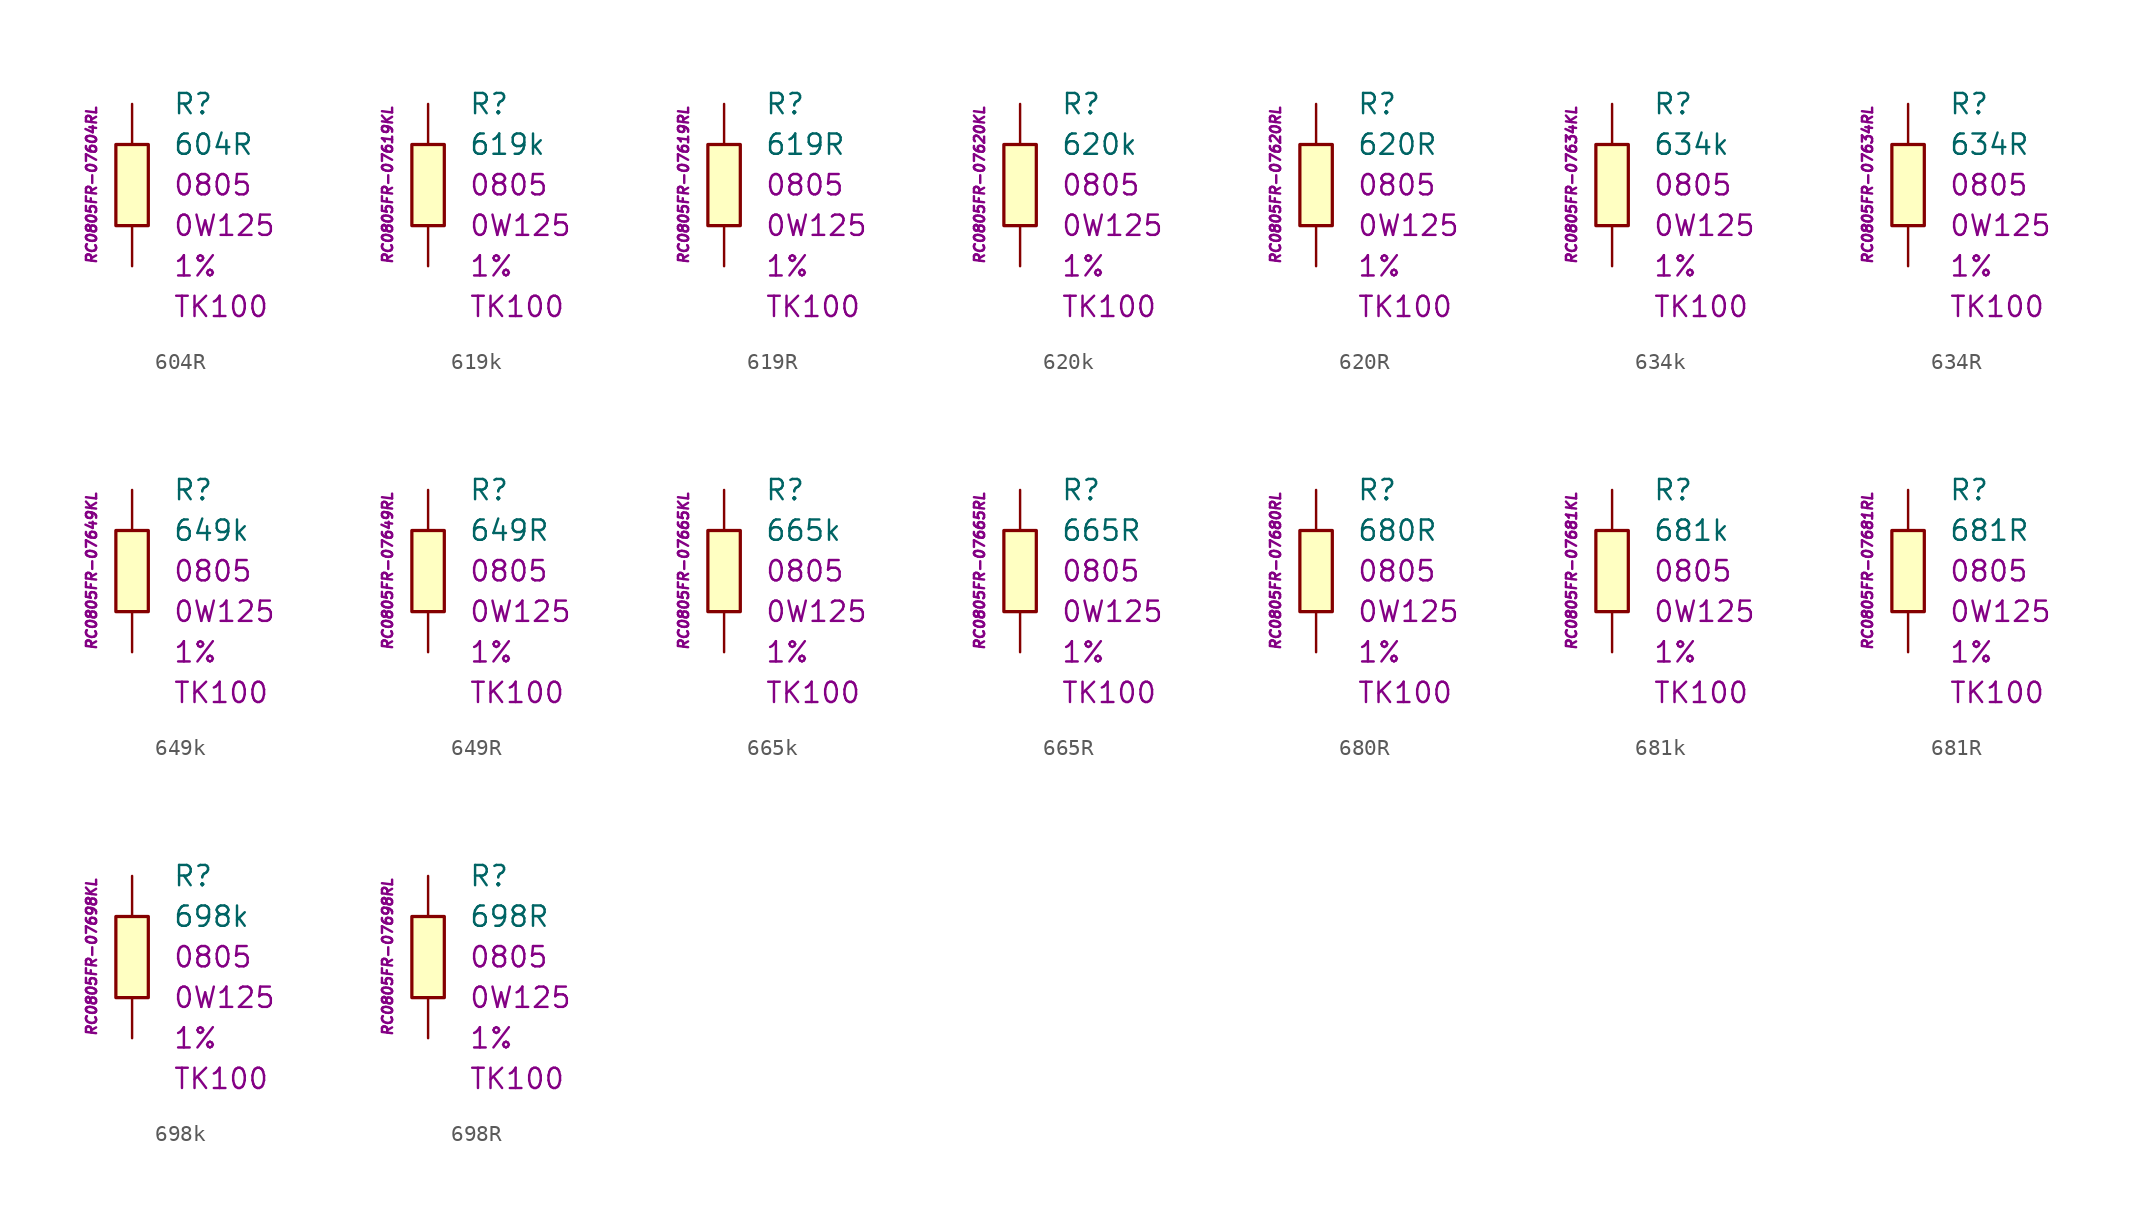
<source format=kicad_sym>
(kicad_symbol_lib
  (version 20201005)
  (generator kicad_symbol_editor)
  (symbol "604R"
    (pin_numbers hide)
    (pin_names
      (offset 1.016) hide)
    (property "Reference" "R"
      (at 2.54 5.08 0)
      (effects (font (size 1.27 1.27)) (justify left)))
    (property "Value" "604R"
      (at 2.54 2.54 0)
      (effects (font (size 1.27 1.27)) (justify left)))
    (property "Package" "0805"
      (at 2.54 0 0)
      (effects (font (size 1.27 1.27)) (justify left)))
    (property "Power" "0W125"
      (at 2.54 -2.54 0)
      (effects (font (size 1.27 1.27)) (justify left)))
    (property "Tolerance" "1%"
      (at 2.54 -5.08 0)
      (effects (font (size 1.27 1.27)) (justify left)))
    (property "TK" "TK100"
      (at 2.54 -7.62 0)
      (effects (font (size 1.27 1.27)) (justify left)))
    (property "ID" "RC0805FR-07604RL"
      (at -2.54 0 90)
      (effects (font (size 0.635 0.635) italic)))
    (symbol "604R_0_1"
      (rectangle (start -1.016 2.54) (end 1.016 -2.54) (stroke (width 0.203)) (fill (type background))))
    (symbol "604R_1_1"
      (pin passive line (at 0 5.08 270) (length 2.54) (name "~" (effects (font (size 1.778 1.778)))) (number "1" (effects (font (size 1.778 1.778)))))
      (pin passive line (at 0 -5.08 90) (length 2.54) (name "~" (effects (font (size 1.778 1.778)))) (number "2" (effects (font (size 1.778 1.778)))))))
  (symbol "619k"
    (pin_numbers hide)
    (pin_names
      (offset 1.016) hide)
    (property "Reference" "R"
      (at 2.54 5.08 0)
      (effects (font (size 1.27 1.27)) (justify left)))
    (property "Value" "619k"
      (at 2.54 2.54 0)
      (effects (font (size 1.27 1.27)) (justify left)))
    (property "Package" "0805"
      (at 2.54 0 0)
      (effects (font (size 1.27 1.27)) (justify left)))
    (property "Power" "0W125"
      (at 2.54 -2.54 0)
      (effects (font (size 1.27 1.27)) (justify left)))
    (property "Tolerance" "1%"
      (at 2.54 -5.08 0)
      (effects (font (size 1.27 1.27)) (justify left)))
    (property "TK" "TK100"
      (at 2.54 -7.62 0)
      (effects (font (size 1.27 1.27)) (justify left)))
    (property "ID" "RC0805FR-07619KL"
      (at -2.54 0 90)
      (effects (font (size 0.635 0.635) italic)))
    (symbol "619k_0_1"
      (rectangle (start -1.016 2.54) (end 1.016 -2.54) (stroke (width 0.203)) (fill (type background))))
    (symbol "619k_1_1"
      (pin passive line (at 0 5.08 270) (length 2.54) (name "~" (effects (font (size 1.778 1.778)))) (number "1" (effects (font (size 1.778 1.778)))))
      (pin passive line (at 0 -5.08 90) (length 2.54) (name "~" (effects (font (size 1.778 1.778)))) (number "2" (effects (font (size 1.778 1.778)))))))
  (symbol "619R"
    (pin_numbers hide)
    (pin_names
      (offset 1.016) hide)
    (property "Reference" "R"
      (at 2.54 5.08 0)
      (effects (font (size 1.27 1.27)) (justify left)))
    (property "Value" "619R"
      (at 2.54 2.54 0)
      (effects (font (size 1.27 1.27)) (justify left)))
    (property "Package" "0805"
      (at 2.54 0 0)
      (effects (font (size 1.27 1.27)) (justify left)))
    (property "Power" "0W125"
      (at 2.54 -2.54 0)
      (effects (font (size 1.27 1.27)) (justify left)))
    (property "Tolerance" "1%"
      (at 2.54 -5.08 0)
      (effects (font (size 1.27 1.27)) (justify left)))
    (property "TK" "TK100"
      (at 2.54 -7.62 0)
      (effects (font (size 1.27 1.27)) (justify left)))
    (property "ID" "RC0805FR-07619RL"
      (at -2.54 0 90)
      (effects (font (size 0.635 0.635) italic)))
    (symbol "619R_0_1"
      (rectangle (start -1.016 2.54) (end 1.016 -2.54) (stroke (width 0.203)) (fill (type background))))
    (symbol "619R_1_1"
      (pin passive line (at 0 5.08 270) (length 2.54) (name "~" (effects (font (size 1.778 1.778)))) (number "1" (effects (font (size 1.778 1.778)))))
      (pin passive line (at 0 -5.08 90) (length 2.54) (name "~" (effects (font (size 1.778 1.778)))) (number "2" (effects (font (size 1.778 1.778)))))))
  (symbol "620k"
    (pin_numbers hide)
    (pin_names
      (offset 1.016) hide)
    (property "Reference" "R"
      (at 2.54 5.08 0)
      (effects (font (size 1.27 1.27)) (justify left)))
    (property "Value" "620k"
      (at 2.54 2.54 0)
      (effects (font (size 1.27 1.27)) (justify left)))
    (property "Package" "0805"
      (at 2.54 0 0)
      (effects (font (size 1.27 1.27)) (justify left)))
    (property "Power" "0W125"
      (at 2.54 -2.54 0)
      (effects (font (size 1.27 1.27)) (justify left)))
    (property "Tolerance" "1%"
      (at 2.54 -5.08 0)
      (effects (font (size 1.27 1.27)) (justify left)))
    (property "TK" "TK100"
      (at 2.54 -7.62 0)
      (effects (font (size 1.27 1.27)) (justify left)))
    (property "ID" "RC0805FR-07620KL"
      (at -2.54 0 90)
      (effects (font (size 0.635 0.635) italic)))
    (symbol "620k_0_1"
      (rectangle (start -1.016 2.54) (end 1.016 -2.54) (stroke (width 0.203)) (fill (type background))))
    (symbol "620k_1_1"
      (pin passive line (at 0 5.08 270) (length 2.54) (name "~" (effects (font (size 1.778 1.778)))) (number "1" (effects (font (size 1.778 1.778)))))
      (pin passive line (at 0 -5.08 90) (length 2.54) (name "~" (effects (font (size 1.778 1.778)))) (number "2" (effects (font (size 1.778 1.778)))))))
  (symbol "620R"
    (pin_numbers hide)
    (pin_names
      (offset 1.016) hide)
    (property "Reference" "R"
      (at 2.54 5.08 0)
      (effects (font (size 1.27 1.27)) (justify left)))
    (property "Value" "620R"
      (at 2.54 2.54 0)
      (effects (font (size 1.27 1.27)) (justify left)))
    (property "Package" "0805"
      (at 2.54 0 0)
      (effects (font (size 1.27 1.27)) (justify left)))
    (property "Power" "0W125"
      (at 2.54 -2.54 0)
      (effects (font (size 1.27 1.27)) (justify left)))
    (property "Tolerance" "1%"
      (at 2.54 -5.08 0)
      (effects (font (size 1.27 1.27)) (justify left)))
    (property "TK" "TK100"
      (at 2.54 -7.62 0)
      (effects (font (size 1.27 1.27)) (justify left)))
    (property "ID" "RC0805FR-07620RL"
      (at -2.54 0 90)
      (effects (font (size 0.635 0.635) italic)))
    (symbol "620R_0_1"
      (rectangle (start -1.016 2.54) (end 1.016 -2.54) (stroke (width 0.203)) (fill (type background))))
    (symbol "620R_1_1"
      (pin passive line (at 0 5.08 270) (length 2.54) (name "~" (effects (font (size 1.778 1.778)))) (number "1" (effects (font (size 1.778 1.778)))))
      (pin passive line (at 0 -5.08 90) (length 2.54) (name "~" (effects (font (size 1.778 1.778)))) (number "2" (effects (font (size 1.778 1.778)))))))
  (symbol "634k"
    (pin_numbers hide)
    (pin_names
      (offset 1.016) hide)
    (property "Reference" "R"
      (at 2.54 5.08 0)
      (effects (font (size 1.27 1.27)) (justify left)))
    (property "Value" "634k"
      (at 2.54 2.54 0)
      (effects (font (size 1.27 1.27)) (justify left)))
    (property "Package" "0805"
      (at 2.54 0 0)
      (effects (font (size 1.27 1.27)) (justify left)))
    (property "Power" "0W125"
      (at 2.54 -2.54 0)
      (effects (font (size 1.27 1.27)) (justify left)))
    (property "Tolerance" "1%"
      (at 2.54 -5.08 0)
      (effects (font (size 1.27 1.27)) (justify left)))
    (property "TK" "TK100"
      (at 2.54 -7.62 0)
      (effects (font (size 1.27 1.27)) (justify left)))
    (property "ID" "RC0805FR-07634KL"
      (at -2.54 0 90)
      (effects (font (size 0.635 0.635) italic)))
    (symbol "634k_0_1"
      (rectangle (start -1.016 2.54) (end 1.016 -2.54) (stroke (width 0.203)) (fill (type background))))
    (symbol "634k_1_1"
      (pin passive line (at 0 5.08 270) (length 2.54) (name "~" (effects (font (size 1.778 1.778)))) (number "1" (effects (font (size 1.778 1.778)))))
      (pin passive line (at 0 -5.08 90) (length 2.54) (name "~" (effects (font (size 1.778 1.778)))) (number "2" (effects (font (size 1.778 1.778)))))))
  (symbol "634R"
    (pin_numbers hide)
    (pin_names
      (offset 1.016) hide)
    (property "Reference" "R"
      (at 2.54 5.08 0)
      (effects (font (size 1.27 1.27)) (justify left)))
    (property "Value" "634R"
      (at 2.54 2.54 0)
      (effects (font (size 1.27 1.27)) (justify left)))
    (property "Package" "0805"
      (at 2.54 0 0)
      (effects (font (size 1.27 1.27)) (justify left)))
    (property "Power" "0W125"
      (at 2.54 -2.54 0)
      (effects (font (size 1.27 1.27)) (justify left)))
    (property "Tolerance" "1%"
      (at 2.54 -5.08 0)
      (effects (font (size 1.27 1.27)) (justify left)))
    (property "TK" "TK100"
      (at 2.54 -7.62 0)
      (effects (font (size 1.27 1.27)) (justify left)))
    (property "ID" "RC0805FR-07634RL"
      (at -2.54 0 90)
      (effects (font (size 0.635 0.635) italic)))
    (symbol "634R_0_1"
      (rectangle (start -1.016 2.54) (end 1.016 -2.54) (stroke (width 0.203)) (fill (type background))))
    (symbol "634R_1_1"
      (pin passive line (at 0 5.08 270) (length 2.54) (name "~" (effects (font (size 1.778 1.778)))) (number "1" (effects (font (size 1.778 1.778)))))
      (pin passive line (at 0 -5.08 90) (length 2.54) (name "~" (effects (font (size 1.778 1.778)))) (number "2" (effects (font (size 1.778 1.778)))))))
  (symbol "649k"
    (pin_numbers hide)
    (pin_names
      (offset 1.016) hide)
    (property "Reference" "R"
      (at 2.54 5.08 0)
      (effects (font (size 1.27 1.27)) (justify left)))
    (property "Value" "649k"
      (at 2.54 2.54 0)
      (effects (font (size 1.27 1.27)) (justify left)))
    (property "Package" "0805"
      (at 2.54 0 0)
      (effects (font (size 1.27 1.27)) (justify left)))
    (property "Power" "0W125"
      (at 2.54 -2.54 0)
      (effects (font (size 1.27 1.27)) (justify left)))
    (property "Tolerance" "1%"
      (at 2.54 -5.08 0)
      (effects (font (size 1.27 1.27)) (justify left)))
    (property "TK" "TK100"
      (at 2.54 -7.62 0)
      (effects (font (size 1.27 1.27)) (justify left)))
    (property "ID" "RC0805FR-07649KL"
      (at -2.54 0 90)
      (effects (font (size 0.635 0.635) italic)))
    (symbol "649k_0_1"
      (rectangle (start -1.016 2.54) (end 1.016 -2.54) (stroke (width 0.203)) (fill (type background))))
    (symbol "649k_1_1"
      (pin passive line (at 0 5.08 270) (length 2.54) (name "~" (effects (font (size 1.778 1.778)))) (number "1" (effects (font (size 1.778 1.778)))))
      (pin passive line (at 0 -5.08 90) (length 2.54) (name "~" (effects (font (size 1.778 1.778)))) (number "2" (effects (font (size 1.778 1.778)))))))
  (symbol "649R"
    (pin_numbers hide)
    (pin_names
      (offset 1.016) hide)
    (property "Reference" "R"
      (at 2.54 5.08 0)
      (effects (font (size 1.27 1.27)) (justify left)))
    (property "Value" "649R"
      (at 2.54 2.54 0)
      (effects (font (size 1.27 1.27)) (justify left)))
    (property "Package" "0805"
      (at 2.54 0 0)
      (effects (font (size 1.27 1.27)) (justify left)))
    (property "Power" "0W125"
      (at 2.54 -2.54 0)
      (effects (font (size 1.27 1.27)) (justify left)))
    (property "Tolerance" "1%"
      (at 2.54 -5.08 0)
      (effects (font (size 1.27 1.27)) (justify left)))
    (property "TK" "TK100"
      (at 2.54 -7.62 0)
      (effects (font (size 1.27 1.27)) (justify left)))
    (property "ID" "RC0805FR-07649RL"
      (at -2.54 0 90)
      (effects (font (size 0.635 0.635) italic)))
    (symbol "649R_0_1"
      (rectangle (start -1.016 2.54) (end 1.016 -2.54) (stroke (width 0.203)) (fill (type background))))
    (symbol "649R_1_1"
      (pin passive line (at 0 5.08 270) (length 2.54) (name "~" (effects (font (size 1.778 1.778)))) (number "1" (effects (font (size 1.778 1.778)))))
      (pin passive line (at 0 -5.08 90) (length 2.54) (name "~" (effects (font (size 1.778 1.778)))) (number "2" (effects (font (size 1.778 1.778)))))))
  (symbol "665k"
    (pin_numbers hide)
    (pin_names
      (offset 1.016) hide)
    (property "Reference" "R"
      (at 2.54 5.08 0)
      (effects (font (size 1.27 1.27)) (justify left)))
    (property "Value" "665k"
      (at 2.54 2.54 0)
      (effects (font (size 1.27 1.27)) (justify left)))
    (property "Package" "0805"
      (at 2.54 0 0)
      (effects (font (size 1.27 1.27)) (justify left)))
    (property "Power" "0W125"
      (at 2.54 -2.54 0)
      (effects (font (size 1.27 1.27)) (justify left)))
    (property "Tolerance" "1%"
      (at 2.54 -5.08 0)
      (effects (font (size 1.27 1.27)) (justify left)))
    (property "TK" "TK100"
      (at 2.54 -7.62 0)
      (effects (font (size 1.27 1.27)) (justify left)))
    (property "ID" "RC0805FR-07665KL"
      (at -2.54 0 90)
      (effects (font (size 0.635 0.635) italic)))
    (symbol "665k_0_1"
      (rectangle (start -1.016 2.54) (end 1.016 -2.54) (stroke (width 0.203)) (fill (type background))))
    (symbol "665k_1_1"
      (pin passive line (at 0 5.08 270) (length 2.54) (name "~" (effects (font (size 1.778 1.778)))) (number "1" (effects (font (size 1.778 1.778)))))
      (pin passive line (at 0 -5.08 90) (length 2.54) (name "~" (effects (font (size 1.778 1.778)))) (number "2" (effects (font (size 1.778 1.778)))))))
  (symbol "665R"
    (pin_numbers hide)
    (pin_names
      (offset 1.016) hide)
    (property "Reference" "R"
      (at 2.54 5.08 0)
      (effects (font (size 1.27 1.27)) (justify left)))
    (property "Value" "665R"
      (at 2.54 2.54 0)
      (effects (font (size 1.27 1.27)) (justify left)))
    (property "Package" "0805"
      (at 2.54 0 0)
      (effects (font (size 1.27 1.27)) (justify left)))
    (property "Power" "0W125"
      (at 2.54 -2.54 0)
      (effects (font (size 1.27 1.27)) (justify left)))
    (property "Tolerance" "1%"
      (at 2.54 -5.08 0)
      (effects (font (size 1.27 1.27)) (justify left)))
    (property "TK" "TK100"
      (at 2.54 -7.62 0)
      (effects (font (size 1.27 1.27)) (justify left)))
    (property "ID" "RC0805FR-07665RL"
      (at -2.54 0 90)
      (effects (font (size 0.635 0.635) italic)))
    (symbol "665R_0_1"
      (rectangle (start -1.016 2.54) (end 1.016 -2.54) (stroke (width 0.203)) (fill (type background))))
    (symbol "665R_1_1"
      (pin passive line (at 0 5.08 270) (length 2.54) (name "~" (effects (font (size 1.778 1.778)))) (number "1" (effects (font (size 1.778 1.778)))))
      (pin passive line (at 0 -5.08 90) (length 2.54) (name "~" (effects (font (size 1.778 1.778)))) (number "2" (effects (font (size 1.778 1.778)))))))
  (symbol "680R"
    (pin_numbers hide)
    (pin_names
      (offset 1.016) hide)
    (property "Reference" "R"
      (at 2.54 5.08 0)
      (effects (font (size 1.27 1.27)) (justify left)))
    (property "Value" "680R"
      (at 2.54 2.54 0)
      (effects (font (size 1.27 1.27)) (justify left)))
    (property "Package" "0805"
      (at 2.54 0 0)
      (effects (font (size 1.27 1.27)) (justify left)))
    (property "Power" "0W125"
      (at 2.54 -2.54 0)
      (effects (font (size 1.27 1.27)) (justify left)))
    (property "Tolerance" "1%"
      (at 2.54 -5.08 0)
      (effects (font (size 1.27 1.27)) (justify left)))
    (property "TK" "TK100"
      (at 2.54 -7.62 0)
      (effects (font (size 1.27 1.27)) (justify left)))
    (property "ID" "RC0805FR-07680RL"
      (at -2.54 0 90)
      (effects (font (size 0.635 0.635) italic)))
    (symbol "680R_0_1"
      (rectangle (start -1.016 2.54) (end 1.016 -2.54) (stroke (width 0.203)) (fill (type background))))
    (symbol "680R_1_1"
      (pin passive line (at 0 5.08 270) (length 2.54) (name "~" (effects (font (size 1.778 1.778)))) (number "1" (effects (font (size 1.778 1.778)))))
      (pin passive line (at 0 -5.08 90) (length 2.54) (name "~" (effects (font (size 1.778 1.778)))) (number "2" (effects (font (size 1.778 1.778)))))))
  (symbol "681k"
    (pin_numbers hide)
    (pin_names
      (offset 1.016) hide)
    (property "Reference" "R"
      (at 2.54 5.08 0)
      (effects (font (size 1.27 1.27)) (justify left)))
    (property "Value" "681k"
      (at 2.54 2.54 0)
      (effects (font (size 1.27 1.27)) (justify left)))
    (property "Package" "0805"
      (at 2.54 0 0)
      (effects (font (size 1.27 1.27)) (justify left)))
    (property "Power" "0W125"
      (at 2.54 -2.54 0)
      (effects (font (size 1.27 1.27)) (justify left)))
    (property "Tolerance" "1%"
      (at 2.54 -5.08 0)
      (effects (font (size 1.27 1.27)) (justify left)))
    (property "TK" "TK100"
      (at 2.54 -7.62 0)
      (effects (font (size 1.27 1.27)) (justify left)))
    (property "ID" "RC0805FR-07681KL"
      (at -2.54 0 90)
      (effects (font (size 0.635 0.635) italic)))
    (symbol "681k_0_1"
      (rectangle (start -1.016 2.54) (end 1.016 -2.54) (stroke (width 0.203)) (fill (type background))))
    (symbol "681k_1_1"
      (pin passive line (at 0 5.08 270) (length 2.54) (name "~" (effects (font (size 1.778 1.778)))) (number "1" (effects (font (size 1.778 1.778)))))
      (pin passive line (at 0 -5.08 90) (length 2.54) (name "~" (effects (font (size 1.778 1.778)))) (number "2" (effects (font (size 1.778 1.778)))))))
  (symbol "681R"
    (pin_numbers hide)
    (pin_names
      (offset 1.016) hide)
    (property "Reference" "R"
      (at 2.54 5.08 0)
      (effects (font (size 1.27 1.27)) (justify left)))
    (property "Value" "681R"
      (at 2.54 2.54 0)
      (effects (font (size 1.27 1.27)) (justify left)))
    (property "Package" "0805"
      (at 2.54 0 0)
      (effects (font (size 1.27 1.27)) (justify left)))
    (property "Power" "0W125"
      (at 2.54 -2.54 0)
      (effects (font (size 1.27 1.27)) (justify left)))
    (property "Tolerance" "1%"
      (at 2.54 -5.08 0)
      (effects (font (size 1.27 1.27)) (justify left)))
    (property "TK" "TK100"
      (at 2.54 -7.62 0)
      (effects (font (size 1.27 1.27)) (justify left)))
    (property "ID" "RC0805FR-07681RL"
      (at -2.54 0 90)
      (effects (font (size 0.635 0.635) italic)))
    (symbol "681R_0_1"
      (rectangle (start -1.016 2.54) (end 1.016 -2.54) (stroke (width 0.203)) (fill (type background))))
    (symbol "681R_1_1"
      (pin passive line (at 0 5.08 270) (length 2.54) (name "~" (effects (font (size 1.778 1.778)))) (number "1" (effects (font (size 1.778 1.778)))))
      (pin passive line (at 0 -5.08 90) (length 2.54) (name "~" (effects (font (size 1.778 1.778)))) (number "2" (effects (font (size 1.778 1.778)))))))
  (symbol "698k"
    (pin_numbers hide)
    (pin_names
      (offset 1.016) hide)
    (property "Reference" "R"
      (at 2.54 5.08 0)
      (effects (font (size 1.27 1.27)) (justify left)))
    (property "Value" "698k"
      (at 2.54 2.54 0)
      (effects (font (size 1.27 1.27)) (justify left)))
    (property "Package" "0805"
      (at 2.54 0 0)
      (effects (font (size 1.27 1.27)) (justify left)))
    (property "Power" "0W125"
      (at 2.54 -2.54 0)
      (effects (font (size 1.27 1.27)) (justify left)))
    (property "Tolerance" "1%"
      (at 2.54 -5.08 0)
      (effects (font (size 1.27 1.27)) (justify left)))
    (property "TK" "TK100"
      (at 2.54 -7.62 0)
      (effects (font (size 1.27 1.27)) (justify left)))
    (property "ID" "RC0805FR-07698KL"
      (at -2.54 0 90)
      (effects (font (size 0.635 0.635) italic)))
    (symbol "698k_0_1"
      (rectangle (start -1.016 2.54) (end 1.016 -2.54) (stroke (width 0.203)) (fill (type background))))
    (symbol "698k_1_1"
      (pin passive line (at 0 5.08 270) (length 2.54) (name "~" (effects (font (size 1.778 1.778)))) (number "1" (effects (font (size 1.778 1.778)))))
      (pin passive line (at 0 -5.08 90) (length 2.54) (name "~" (effects (font (size 1.778 1.778)))) (number "2" (effects (font (size 1.778 1.778)))))))
  (symbol "698R"
    (pin_numbers hide)
    (pin_names
      (offset 1.016) hide)
    (property "Reference" "R"
      (at 2.54 5.08 0)
      (effects (font (size 1.27 1.27)) (justify left)))
    (property "Value" "698R"
      (at 2.54 2.54 0)
      (effects (font (size 1.27 1.27)) (justify left)))
    (property "Package" "0805"
      (at 2.54 0 0)
      (effects (font (size 1.27 1.27)) (justify left)))
    (property "Power" "0W125"
      (at 2.54 -2.54 0)
      (effects (font (size 1.27 1.27)) (justify left)))
    (property "Tolerance" "1%"
      (at 2.54 -5.08 0)
      (effects (font (size 1.27 1.27)) (justify left)))
    (property "TK" "TK100"
      (at 2.54 -7.62 0)
      (effects (font (size 1.27 1.27)) (justify left)))
    (property "ID" "RC0805FR-07698RL"
      (at -2.54 0 90)
      (effects (font (size 0.635 0.635) italic)))
    (symbol "698R_0_1"
      (rectangle (start -1.016 2.54) (end 1.016 -2.54) (stroke (width 0.203)) (fill (type background))))
    (symbol "698R_1_1"
      (pin passive line (at 0 5.08 270) (length 2.54) (name "~" (effects (font (size 1.778 1.778)))) (number "1" (effects (font (size 1.778 1.778)))))
      (pin passive line (at 0 -5.08 90) (length 2.54) (name "~" (effects (font (size 1.778 1.778)))) (number "2" (effects (font (size 1.778 1.778))))))))
</source>
